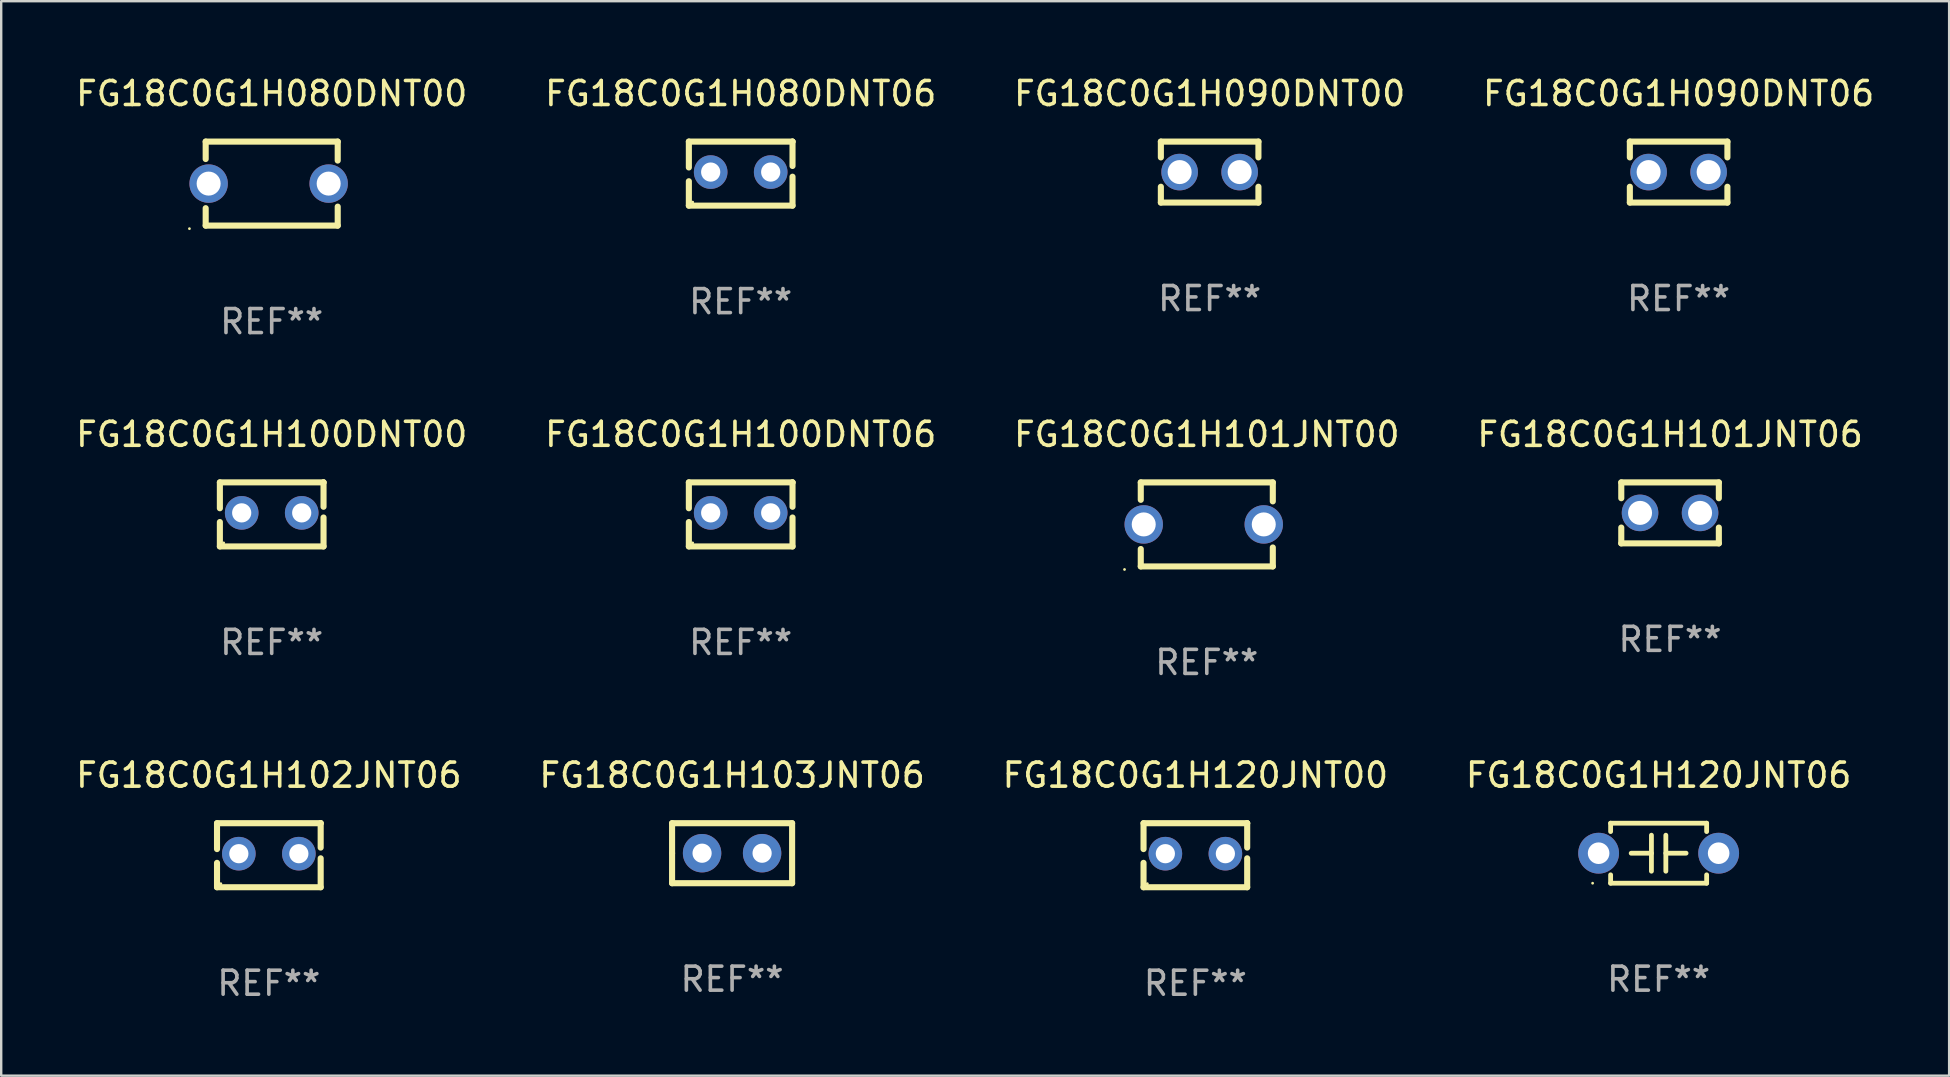
<source format=kicad_pcb>
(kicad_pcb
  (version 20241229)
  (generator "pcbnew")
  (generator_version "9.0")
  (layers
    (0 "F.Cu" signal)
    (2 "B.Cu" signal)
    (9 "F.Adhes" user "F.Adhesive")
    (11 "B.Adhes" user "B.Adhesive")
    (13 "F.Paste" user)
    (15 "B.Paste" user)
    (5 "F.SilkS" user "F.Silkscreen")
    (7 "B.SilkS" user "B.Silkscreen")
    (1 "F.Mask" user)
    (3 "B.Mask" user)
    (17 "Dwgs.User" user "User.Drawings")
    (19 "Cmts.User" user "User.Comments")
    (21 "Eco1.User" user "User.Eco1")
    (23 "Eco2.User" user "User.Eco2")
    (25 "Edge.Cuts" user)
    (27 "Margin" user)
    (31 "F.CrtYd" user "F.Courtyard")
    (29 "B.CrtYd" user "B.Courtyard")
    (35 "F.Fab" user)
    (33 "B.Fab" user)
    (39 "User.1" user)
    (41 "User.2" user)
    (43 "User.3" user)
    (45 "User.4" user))
  (footprint "FG18C0G1H100DNT00"
    (layer "F.Cu")
    (at 8.268 18.378)
    (property "Reference" "FG18C0G1H100DNT00" (at 0 -3.334 0) (layer "F.SilkS") (effects (font (size 1 1) (thickness 0.15))))
    (attr through_hole)
    (fp_line (start -2.159 -1.334) (end 2.159 -1.334) (stroke (width 0.254) (type solid)) (layer "F.SilkS"))
    (fp_line (start -2.159 -0.256) (end -2.159 -1.334) (stroke (width 0.254) (type solid)) (layer "F.SilkS"))
    (fp_line (start -2.159 1.334) (end -2.159 0.318) (stroke (width 0.254) (type solid)) (layer "F.SilkS"))
    (fp_line (start 2.159 -1.334) (end 2.159 -1.334) (stroke (width 0.254) (type solid)) (layer "F.SilkS"))
    (fp_line (start 2.159 -1.334) (end 2.159 -0.318) (stroke (width 0.254) (type solid)) (layer "F.SilkS"))
    (fp_line (start 2.159 0.129) (end 2.159 1.334) (stroke (width 0.254) (type solid)) (layer "F.SilkS"))
    (fp_line (start 2.159 1.334) (end -2.159 1.334) (stroke (width 0.254) (type solid)) (layer "F.SilkS"))
    (fp_circle (center -2 1.186) (end -1.97 1.186) (stroke (width 0.06) (type solid)) (fill no) (layer "F.SilkS"))
    (fp_text user "REF**" (at 0 5.334 0) (layer "F.Fab") (effects (font (size 1 1) (thickness 0.15))))
    (pad "1" thru_hole circle (at -1.25 -0.064) (size 1.4 1.4) (drill 0.8) (layers "*.Cu" "*.Mask"))
    (pad "2" thru_hole circle (at 1.25 -0.064) (size 1.4 1.4) (drill 0.8) (layers "*.Cu" "*.Mask")))
  (footprint "FG18C0G1H101JNT06"
    (layer "F.Cu")
    (at 66.518 18.315)
    (property "Reference" "FG18C0G1H101JNT06" (at 0 -3.27 0) (layer "F.SilkS") (effects (font (size 1 1) (thickness 0.15))))
    (attr through_hole)
    (fp_line (start -2.032 -1.27) (end -2.032 -0.611) (stroke (width 0.254) (type solid)) (layer "F.SilkS"))
    (fp_line (start -2.032 0.611) (end -2.032 1.27) (stroke (width 0.254) (type solid)) (layer "F.SilkS"))
    (fp_line (start -2.032 1.27) (end 2.032 1.27) (stroke (width 0.254) (type solid)) (layer "F.SilkS"))
    (fp_line (start 2.032 -1.27) (end -2.032 -1.27) (stroke (width 0.254) (type solid)) (layer "F.SilkS"))
    (fp_line (start 2.032 -0.611) (end 2.032 -1.27) (stroke (width 0.254) (type solid)) (layer "F.SilkS"))
    (fp_line (start 2.032 1.27) (end 2.032 0.611) (stroke (width 0.254) (type solid)) (layer "F.SilkS"))
    (fp_circle (center -2 1.25) (end -1.97 1.25) (stroke (width 0.06) (type solid)) (fill no) (layer "F.SilkS"))
    (fp_text user "REF**" (at 0 5.27 0) (layer "F.Fab") (effects (font (size 1 1) (thickness 0.15))))
    (pad "1" thru_hole circle (at -1.25 0) (size 1.524 1.524) (drill 1) (layers "*.Cu" "*.Mask"))
    (pad "2" thru_hole circle (at 1.25 0) (size 1.524 1.524) (drill 1) (layers "*.Cu" "*.Mask")))
  (footprint "FG18C0G1H080DNT06"
    (layer "F.Cu")
    (at 27.804 4.182)
    (property "Reference" "FG18C0G1H080DNT06" (at 0 -3.334 0) (layer "F.SilkS") (effects (font (size 1 1) (thickness 0.15))))
    (attr through_hole)
    (fp_line (start -2.159 -1.334) (end 2.159 -1.334) (stroke (width 0.254) (type solid)) (layer "F.SilkS"))
    (fp_line (start -2.159 -0.256) (end -2.159 -1.334) (stroke (width 0.254) (type solid)) (layer "F.SilkS"))
    (fp_line (start -2.159 1.334) (end -2.159 0.318) (stroke (width 0.254) (type solid)) (layer "F.SilkS"))
    (fp_line (start 2.159 -1.334) (end 2.159 -1.334) (stroke (width 0.254) (type solid)) (layer "F.SilkS"))
    (fp_line (start 2.159 -1.334) (end 2.159 -0.318) (stroke (width 0.254) (type solid)) (layer "F.SilkS"))
    (fp_line (start 2.159 0.129) (end 2.159 1.334) (stroke (width 0.254) (type solid)) (layer "F.SilkS"))
    (fp_line (start 2.159 1.334) (end -2.159 1.334) (stroke (width 0.254) (type solid)) (layer "F.SilkS"))
    (fp_circle (center -2 1.186) (end -1.97 1.186) (stroke (width 0.06) (type solid)) (fill no) (layer "F.SilkS"))
    (fp_text user "REF**" (at 0 5.334 0) (layer "F.Fab") (effects (font (size 1 1) (thickness 0.15))))
    (pad "1" thru_hole circle (at -1.25 -0.064) (size 1.4 1.4) (drill 0.8) (layers "*.Cu" "*.Mask"))
    (pad "2" thru_hole circle (at 1.25 -0.064) (size 1.4 1.4) (drill 0.8) (layers "*.Cu" "*.Mask")))
  (footprint "FG18C0G1H120JNT00"
    (layer "F.Cu")
    (at 46.744 32.575)
    (property "Reference" "FG18C0G1H120JNT00" (at 0 -3.334 0) (layer "F.SilkS") (effects (font (size 1 1) (thickness 0.15))))
    (attr through_hole)
    (fp_line (start -2.159 -1.334) (end 2.159 -1.334) (stroke (width 0.254) (type solid)) (layer "F.SilkS"))
    (fp_line (start -2.159 -0.256) (end -2.159 -1.334) (stroke (width 0.254) (type solid)) (layer "F.SilkS"))
    (fp_line (start -2.159 1.334) (end -2.159 0.318) (stroke (width 0.254) (type solid)) (layer "F.SilkS"))
    (fp_line (start 2.159 -1.334) (end 2.159 -1.334) (stroke (width 0.254) (type solid)) (layer "F.SilkS"))
    (fp_line (start 2.159 -1.334) (end 2.159 -0.318) (stroke (width 0.254) (type solid)) (layer "F.SilkS"))
    (fp_line (start 2.159 0.129) (end 2.159 1.334) (stroke (width 0.254) (type solid)) (layer "F.SilkS"))
    (fp_line (start 2.159 1.334) (end -2.159 1.334) (stroke (width 0.254) (type solid)) (layer "F.SilkS"))
    (fp_circle (center -2 1.186) (end -1.97 1.186) (stroke (width 0.06) (type solid)) (fill no) (layer "F.SilkS"))
    (fp_text user "REF**" (at 0 5.334 0) (layer "F.Fab") (effects (font (size 1 1) (thickness 0.15))))
    (pad "1" thru_hole circle (at -1.25 -0.064) (size 1.4 1.4) (drill 0.8) (layers "*.Cu" "*.Mask"))
    (pad "2" thru_hole circle (at 1.25 -0.064) (size 1.4 1.4) (drill 0.8) (layers "*.Cu" "*.Mask")))
  (footprint "FG18C0G1H120JNT06"
    (layer "F.Cu")
    (at 66.042 32.491)
    (property "Reference" "FG18C0G1H120JNT06" (at 0 -3.25 0) (layer "F.SilkS") (effects (font (size 1 1) (thickness 0.15))))
    (attr through_hole)
    (fp_line (start -2 -1.25) (end -2 -0.901) (stroke (width 0.2) (type solid)) (layer "F.SilkS"))
    (fp_line (start -2 -1.25) (end 2 -1.25) (stroke (width 0.2) (type solid)) (layer "F.SilkS"))
    (fp_line (start -2 0.901) (end -2 1.25) (stroke (width 0.2) (type solid)) (layer "F.SilkS"))
    (fp_line (start -0.3 -0.75) (end -0.3 0.75) (stroke (width 0.2) (type solid)) (layer "F.SilkS"))
    (fp_line (start -0.3 0.001) (end -1.143 0.001) (stroke (width 0.2) (type solid)) (layer "F.SilkS"))
    (fp_line (start 0.3 -0.001) (end 1.143 -0.001) (stroke (width 0.2) (type solid)) (layer "F.SilkS"))
    (fp_line (start 0.3 0.75) (end 0.3 -0.75) (stroke (width 0.2) (type solid)) (layer "F.SilkS"))
    (fp_line (start 2 -1.25) (end 2 -0.901) (stroke (width 0.2) (type solid)) (layer "F.SilkS"))
    (fp_line (start 2 0.901) (end 2 1.25) (stroke (width 0.2) (type solid)) (layer "F.SilkS"))
    (fp_line (start 2 1.25) (end -2 1.25) (stroke (width 0.2) (type solid)) (layer "F.SilkS"))
    (fp_circle (center -2.75 1.25) (end -2.72 1.25) (stroke (width 0.06) (type solid)) (fill no) (layer "F.SilkS"))
    (fp_text user "REF**" (at 0 5.25 0) (layer "F.Fab") (effects (font (size 1 1) (thickness 0.15))))
    (pad "1" thru_hole circle (at -2.5 0) (size 1.7 1.7) (drill 0.9) (layers "*.Cu" "*.Mask"))
    (pad "2" thru_hole circle (at 2.5 0) (size 1.7 1.7) (drill 0.9) (layers "*.Cu" "*.Mask")))
  (footprint "FG18C0G1H101JNT00"
    (layer "F.Cu")
    (at 47.22 18.795)
    (property "Reference" "FG18C0G1H101JNT00" (at 0 -3.75 0) (layer "F.SilkS") (effects (font (size 1 1) (thickness 0.15))))
    (attr through_hole)
    (fp_line (start -2.75 -1.75) (end -2.75 -1.024) (stroke (width 0.254) (type solid)) (layer "F.SilkS"))
    (fp_line (start -2.75 -1.75) (end 2.75 -1.75) (stroke (width 0.254) (type solid)) (layer "F.SilkS"))
    (fp_line (start -2.75 1.024) (end -2.75 1.75) (stroke (width 0.254) (type solid)) (layer "F.SilkS"))
    (fp_line (start 2.75 -1.75) (end 2.75 -0.96) (stroke (width 0.254) (type solid)) (layer "F.SilkS"))
    (fp_line (start 2.75 0.96) (end 2.75 1.75) (stroke (width 0.254) (type solid)) (layer "F.SilkS"))
    (fp_line (start 2.75 1.75) (end -2.75 1.75) (stroke (width 0.254) (type solid)) (layer "F.SilkS"))
    (fp_circle (center -3.427 1.877) (end -3.397 1.877) (stroke (width 0.06) (type solid)) (fill no) (layer "F.SilkS"))
    (fp_text user "REF**" (at 0 5.75 0) (layer "F.Fab") (effects (font (size 1 1) (thickness 0.15))))
    (pad "1" thru_hole circle (at -2.627 0) (size 1.6 1.6) (drill 1) (layers "*.Cu" "*.Mask"))
    (pad "2" thru_hole circle (at 2.373 0) (size 1.6 1.6) (drill 1) (layers "*.Cu" "*.Mask")))
  (footprint "FG18C0G1H090DNT00"
    (layer "F.Cu")
    (at 47.339 4.118)
    (property "Reference" "FG18C0G1H090DNT00" (at 0 -3.27 0) (layer "F.SilkS") (effects (font (size 1 1) (thickness 0.15))))
    (attr through_hole)
    (fp_line (start -2.032 -1.27) (end -2.032 -0.611) (stroke (width 0.254) (type solid)) (layer "F.SilkS"))
    (fp_line (start -2.032 0.611) (end -2.032 1.27) (stroke (width 0.254) (type solid)) (layer "F.SilkS"))
    (fp_line (start -2.032 1.27) (end 2.032 1.27) (stroke (width 0.254) (type solid)) (layer "F.SilkS"))
    (fp_line (start 2.032 -1.27) (end -2.032 -1.27) (stroke (width 0.254) (type solid)) (layer "F.SilkS"))
    (fp_line (start 2.032 -0.611) (end 2.032 -1.27) (stroke (width 0.254) (type solid)) (layer "F.SilkS"))
    (fp_line (start 2.032 1.27) (end 2.032 0.611) (stroke (width 0.254) (type solid)) (layer "F.SilkS"))
    (fp_circle (center -2 1.25) (end -1.97 1.25) (stroke (width 0.06) (type solid)) (fill no) (layer "F.SilkS"))
    (fp_text user "REF**" (at 0 5.27 0) (layer "F.Fab") (effects (font (size 1 1) (thickness 0.15))))
    (pad "1" thru_hole circle (at -1.25 0) (size 1.524 1.524) (drill 1) (layers "*.Cu" "*.Mask"))
    (pad "2" thru_hole circle (at 1.25 0) (size 1.524 1.524) (drill 1) (layers "*.Cu" "*.Mask")))
  (footprint "FG18C0G1H080DNT00"
    (layer "F.Cu")
    (at 8.268 4.598)
    (property "Reference" "FG18C0G1H080DNT00" (at 0 -3.75 0) (layer "F.SilkS") (effects (font (size 1 1) (thickness 0.15))))
    (attr through_hole)
    (fp_line (start -2.75 -1.75) (end -2.75 -1.024) (stroke (width 0.254) (type solid)) (layer "F.SilkS"))
    (fp_line (start -2.75 -1.75) (end 2.75 -1.75) (stroke (width 0.254) (type solid)) (layer "F.SilkS"))
    (fp_line (start -2.75 1.024) (end -2.75 1.75) (stroke (width 0.254) (type solid)) (layer "F.SilkS"))
    (fp_line (start 2.75 -1.75) (end 2.75 -0.96) (stroke (width 0.254) (type solid)) (layer "F.SilkS"))
    (fp_line (start 2.75 0.96) (end 2.75 1.75) (stroke (width 0.254) (type solid)) (layer "F.SilkS"))
    (fp_line (start 2.75 1.75) (end -2.75 1.75) (stroke (width 0.254) (type solid)) (layer "F.SilkS"))
    (fp_circle (center -3.427 1.877) (end -3.397 1.877) (stroke (width 0.06) (type solid)) (fill no) (layer "F.SilkS"))
    (fp_text user "REF**" (at 0 5.75 0) (layer "F.Fab") (effects (font (size 1 1) (thickness 0.15))))
    (pad "1" thru_hole circle (at -2.627 0) (size 1.6 1.6) (drill 1) (layers "*.Cu" "*.Mask"))
    (pad "2" thru_hole circle (at 2.373 0) (size 1.6 1.6) (drill 1) (layers "*.Cu" "*.Mask")))
  (footprint "FG18C0G1H090DNT06"
    (layer "F.Cu")
    (at 66.875 4.118)
    (property "Reference" "FG18C0G1H090DNT06" (at 0 -3.27 0) (layer "F.SilkS") (effects (font (size 1 1) (thickness 0.15))))
    (attr through_hole)
    (fp_line (start -2.032 -1.27) (end -2.032 -0.611) (stroke (width 0.254) (type solid)) (layer "F.SilkS"))
    (fp_line (start -2.032 0.611) (end -2.032 1.27) (stroke (width 0.254) (type solid)) (layer "F.SilkS"))
    (fp_line (start -2.032 1.27) (end 2.032 1.27) (stroke (width 0.254) (type solid)) (layer "F.SilkS"))
    (fp_line (start 2.032 -1.27) (end -2.032 -1.27) (stroke (width 0.254) (type solid)) (layer "F.SilkS"))
    (fp_line (start 2.032 -0.611) (end 2.032 -1.27) (stroke (width 0.254) (type solid)) (layer "F.SilkS"))
    (fp_line (start 2.032 1.27) (end 2.032 0.611) (stroke (width 0.254) (type solid)) (layer "F.SilkS"))
    (fp_circle (center -2 1.25) (end -1.97 1.25) (stroke (width 0.06) (type solid)) (fill no) (layer "F.SilkS"))
    (fp_text user "REF**" (at 0 5.27 0) (layer "F.Fab") (effects (font (size 1 1) (thickness 0.15))))
    (pad "1" thru_hole circle (at -1.25 0) (size 1.524 1.524) (drill 1) (layers "*.Cu" "*.Mask"))
    (pad "2" thru_hole circle (at 1.25 0) (size 1.524 1.524) (drill 1) (layers "*.Cu" "*.Mask")))
  (footprint "FG18C0G1H103JNT06"
    (layer "F.Cu")
    (at 27.446 32.491)
    (property "Reference" "FG18C0G1H103JNT06" (at 0 -3.25 0) (layer "F.SilkS") (effects (font (size 1 1) (thickness 0.15))))
    (attr through_hole)
    (fp_line (start -2.5 -1.25) (end 2.5 -1.25) (stroke (width 0.254) (type solid)) (layer "F.SilkS"))
    (fp_line (start -2.5 0) (end -2.5 -1.25) (stroke (width 0.254) (type solid)) (layer "F.SilkS"))
    (fp_line (start -2.5 1.25) (end -2.5 0) (stroke (width 0.254) (type solid)) (layer "F.SilkS"))
    (fp_line (start 2.5 -1.25) (end 2.5 1.25) (stroke (width 0.254) (type solid)) (layer "F.SilkS"))
    (fp_line (start 2.5 1.25) (end -2.5 1.25) (stroke (width 0.254) (type solid)) (layer "F.SilkS"))
    (fp_circle (center -2.5 1.25) (end -2.47 1.25) (stroke (width 0.06) (type solid)) (fill no) (layer "F.SilkS"))
    (fp_text user "REF**" (at 0 5.25 0) (layer "F.Fab") (effects (font (size 1 1) (thickness 0.15))))
    (pad "1" thru_hole circle (at -1.25 0) (size 1.6 1.6) (drill 0.8) (layers "*.Cu" "*.Mask"))
    (pad "2" thru_hole circle (at 1.25 0) (size 1.6 1.6) (drill 0.8) (layers "*.Cu" "*.Mask")))
  (footprint "FG18C0G1H100DNT06"
    (layer "F.Cu")
    (at 27.804 18.378)
    (property "Reference" "FG18C0G1H100DNT06" (at 0 -3.334 0) (layer "F.SilkS") (effects (font (size 1 1) (thickness 0.15))))
    (attr through_hole)
    (fp_line (start -2.159 -1.334) (end 2.159 -1.334) (stroke (width 0.254) (type solid)) (layer "F.SilkS"))
    (fp_line (start -2.159 -0.256) (end -2.159 -1.334) (stroke (width 0.254) (type solid)) (layer "F.SilkS"))
    (fp_line (start -2.159 1.334) (end -2.159 0.318) (stroke (width 0.254) (type solid)) (layer "F.SilkS"))
    (fp_line (start 2.159 -1.334) (end 2.159 -1.334) (stroke (width 0.254) (type solid)) (layer "F.SilkS"))
    (fp_line (start 2.159 -1.334) (end 2.159 -0.318) (stroke (width 0.254) (type solid)) (layer "F.SilkS"))
    (fp_line (start 2.159 0.129) (end 2.159 1.334) (stroke (width 0.254) (type solid)) (layer "F.SilkS"))
    (fp_line (start 2.159 1.334) (end -2.159 1.334) (stroke (width 0.254) (type solid)) (layer "F.SilkS"))
    (fp_circle (center -2 1.186) (end -1.97 1.186) (stroke (width 0.06) (type solid)) (fill no) (layer "F.SilkS"))
    (fp_text user "REF**" (at 0 5.334 0) (layer "F.Fab") (effects (font (size 1 1) (thickness 0.15))))
    (pad "1" thru_hole circle (at -1.25 -0.064) (size 1.4 1.4) (drill 0.8) (layers "*.Cu" "*.Mask"))
    (pad "2" thru_hole circle (at 1.25 -0.064) (size 1.4 1.4) (drill 0.8) (layers "*.Cu" "*.Mask")))
  (footprint "FG18C0G1H102JNT06"
    (layer "F.Cu")
    (at 8.149 32.575)
    (property "Reference" "FG18C0G1H102JNT06" (at 0 -3.334 0) (layer "F.SilkS") (effects (font (size 1 1) (thickness 0.15))))
    (attr through_hole)
    (fp_line (start -2.159 -1.334) (end 2.159 -1.334) (stroke (width 0.254) (type solid)) (layer "F.SilkS"))
    (fp_line (start -2.159 -0.256) (end -2.159 -1.334) (stroke (width 0.254) (type solid)) (layer "F.SilkS"))
    (fp_line (start -2.159 1.334) (end -2.159 0.318) (stroke (width 0.254) (type solid)) (layer "F.SilkS"))
    (fp_line (start 2.159 -1.334) (end 2.159 -1.334) (stroke (width 0.254) (type solid)) (layer "F.SilkS"))
    (fp_line (start 2.159 -1.334) (end 2.159 -0.318) (stroke (width 0.254) (type solid)) (layer "F.SilkS"))
    (fp_line (start 2.159 0.129) (end 2.159 1.334) (stroke (width 0.254) (type solid)) (layer "F.SilkS"))
    (fp_line (start 2.159 1.334) (end -2.159 1.334) (stroke (width 0.254) (type solid)) (layer "F.SilkS"))
    (fp_circle (center -2 1.186) (end -1.97 1.186) (stroke (width 0.06) (type solid)) (fill no) (layer "F.SilkS"))
    (fp_text user "REF**" (at 0 5.334 0) (layer "F.Fab") (effects (font (size 1 1) (thickness 0.15))))
    (pad "1" thru_hole circle (at -1.25 -0.064) (size 1.4 1.4) (drill 0.8) (layers "*.Cu" "*.Mask"))
    (pad "2" thru_hole circle (at 1.25 -0.064) (size 1.4 1.4) (drill 0.8) (layers "*.Cu" "*.Mask")))
  (gr_rect
    (start -3 -3)
    (end 78.143 41.757)
    (stroke (width 0.1) (type default))
    (fill no)
    (layer "Edge.Cuts")))
</source>
